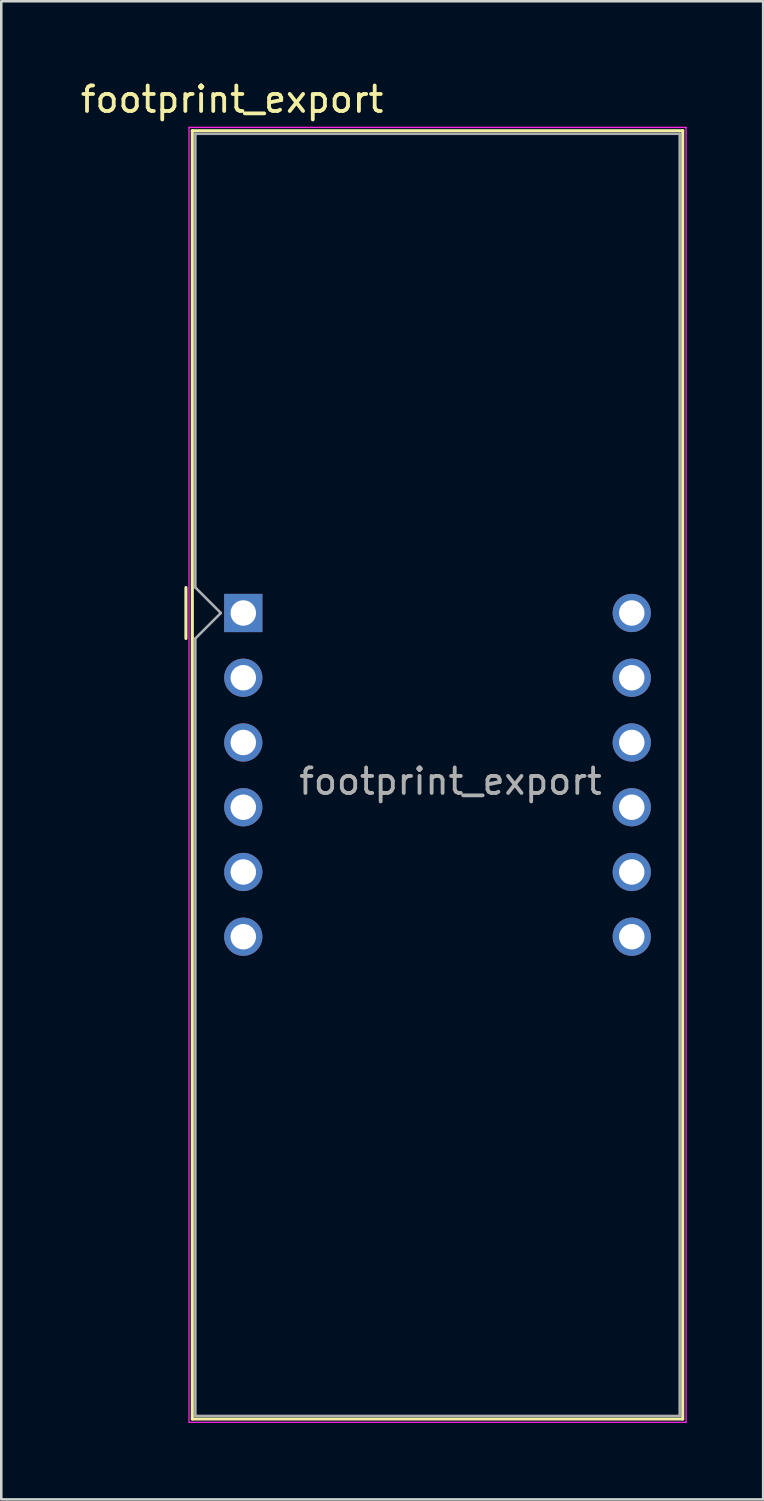
<source format=kicad_pcb>
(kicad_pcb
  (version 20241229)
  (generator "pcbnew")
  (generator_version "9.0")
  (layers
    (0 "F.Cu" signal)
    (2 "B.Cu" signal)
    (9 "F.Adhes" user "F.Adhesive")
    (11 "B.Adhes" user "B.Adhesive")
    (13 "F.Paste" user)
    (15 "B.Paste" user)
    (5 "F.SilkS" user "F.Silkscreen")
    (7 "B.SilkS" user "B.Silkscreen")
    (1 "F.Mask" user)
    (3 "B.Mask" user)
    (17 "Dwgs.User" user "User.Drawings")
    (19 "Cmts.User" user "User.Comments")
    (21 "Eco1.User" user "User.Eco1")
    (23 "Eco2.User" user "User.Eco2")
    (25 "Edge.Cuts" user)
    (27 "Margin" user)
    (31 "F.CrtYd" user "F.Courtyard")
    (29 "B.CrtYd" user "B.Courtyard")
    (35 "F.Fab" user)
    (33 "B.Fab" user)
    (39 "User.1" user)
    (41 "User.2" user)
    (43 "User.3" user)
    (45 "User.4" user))
  (footprint "footprint_export"
    (layer "F.Cu")
    (at 6.494 20.998)
    (property "Reference" "footprint_export" (at -0.44 -20.15 0) (layer "F.SilkS") (effects (font (size 1 1) (thickness 0.15))))
    (attr through_hole)
    (fp_line (start -2.25 -1) (end -2.25 1) (stroke (width 0.12) (type solid)) (layer "F.SilkS"))
    (fp_line (start -2 -18.92) (end -2 31.62) (stroke (width 0.12) (type solid)) (layer "F.SilkS"))
    (fp_line (start -2 -18.92) (end 17.24 -18.92) (stroke (width 0.12) (type solid)) (layer "F.SilkS"))
    (fp_line (start -2 31.62) (end 17.24 31.62) (stroke (width 0.12) (type solid)) (layer "F.SilkS"))
    (fp_line (start 17.24 31.62) (end 17.24 -18.92) (stroke (width 0.12) (type solid)) (layer "F.SilkS"))
    (fp_line (start -2.13 -19.05) (end 17.37 -19.05) (stroke (width 0.05) (type solid)) (layer "F.CrtYd"))
    (fp_line (start -2.13 31.75) (end -2.13 -19.05) (stroke (width 0.05) (type solid)) (layer "F.CrtYd"))
    (fp_line (start 17.37 -19.05) (end 17.37 31.75) (stroke (width 0.05) (type solid)) (layer "F.CrtYd"))
    (fp_line (start 17.37 31.75) (end -2.13 31.75) (stroke (width 0.05) (type solid)) (layer "F.CrtYd"))
    (fp_line (start -1.88 -18.8) (end 17.12 -18.8) (stroke (width 0.1) (type solid)) (layer "F.Fab"))
    (fp_line (start -1.88 -1) (end -1.88 -18.8) (stroke (width 0.1) (type solid)) (layer "F.Fab"))
    (fp_line (start -1.88 1) (end -1.88 31.5) (stroke (width 0.1) (type solid)) (layer "F.Fab"))
    (fp_line (start -1.88 1) (end -0.88 0) (stroke (width 0.1) (type solid)) (layer "F.Fab"))
    (fp_line (start -1.88 31.5) (end 17.12 31.5) (stroke (width 0.1) (type solid)) (layer "F.Fab"))
    (fp_line (start -0.88 0) (end -1.88 -1) (stroke (width 0.1) (type solid)) (layer "F.Fab"))
    (fp_line (start 17.12 -18.8) (end 17.12 31.5) (stroke (width 0.1) (type solid)) (layer "F.Fab"))
    (fp_text user "${REFERENCE}" (at 8.128 6.604 0) (layer "F.Fab") (effects (font (size 1 1) (thickness 0.15))))
    (pad "1" thru_hole rect (at 0 0) (size 1.5 1.5) (drill 1) (layers "*.Cu" "*.Mask"))
    (pad "2" thru_hole circle (at 0 2.54) (size 1.5 1.5) (drill 1) (layers "*.Cu" "*.Mask"))
    (pad "3" thru_hole circle (at 0 5.08) (size 1.5 1.5) (drill 1) (layers "*.Cu" "*.Mask"))
    (pad "4" thru_hole circle (at 0 7.62) (size 1.5 1.5) (drill 1) (layers "*.Cu" "*.Mask"))
    (pad "5" thru_hole circle (at 0 10.16) (size 1.5 1.5) (drill 1) (layers "*.Cu" "*.Mask"))
    (pad "6" thru_hole circle (at 0 12.7) (size 1.5 1.5) (drill 1) (layers "*.Cu" "*.Mask"))
    (pad "7" thru_hole circle (at 15.24 12.7) (size 1.5 1.5) (drill 1) (layers "*.Cu" "*.Mask"))
    (pad "8" thru_hole circle (at 15.24 10.16) (size 1.5 1.5) (drill 1) (layers "*.Cu" "*.Mask"))
    (pad "9" thru_hole circle (at 15.24 7.62) (size 1.5 1.5) (drill 1) (layers "*.Cu" "*.Mask"))
    (pad "10" thru_hole circle (at 15.24 5.08) (size 1.5 1.5) (drill 1) (layers "*.Cu" "*.Mask"))
    (pad "11" thru_hole circle (at 15.24 2.54) (size 1.5 1.5) (drill 1) (layers "*.Cu" "*.Mask"))
    (pad "12" thru_hole circle (at 15.24 0) (size 1.5 1.5) (drill 1) (layers "*.Cu" "*.Mask")))
  (gr_rect
    (start -3 -3)
    (end 26.889 55.773)
    (stroke (width 0.1) (type default))
    (fill no)
    (layer "Edge.Cuts")))
</source>
